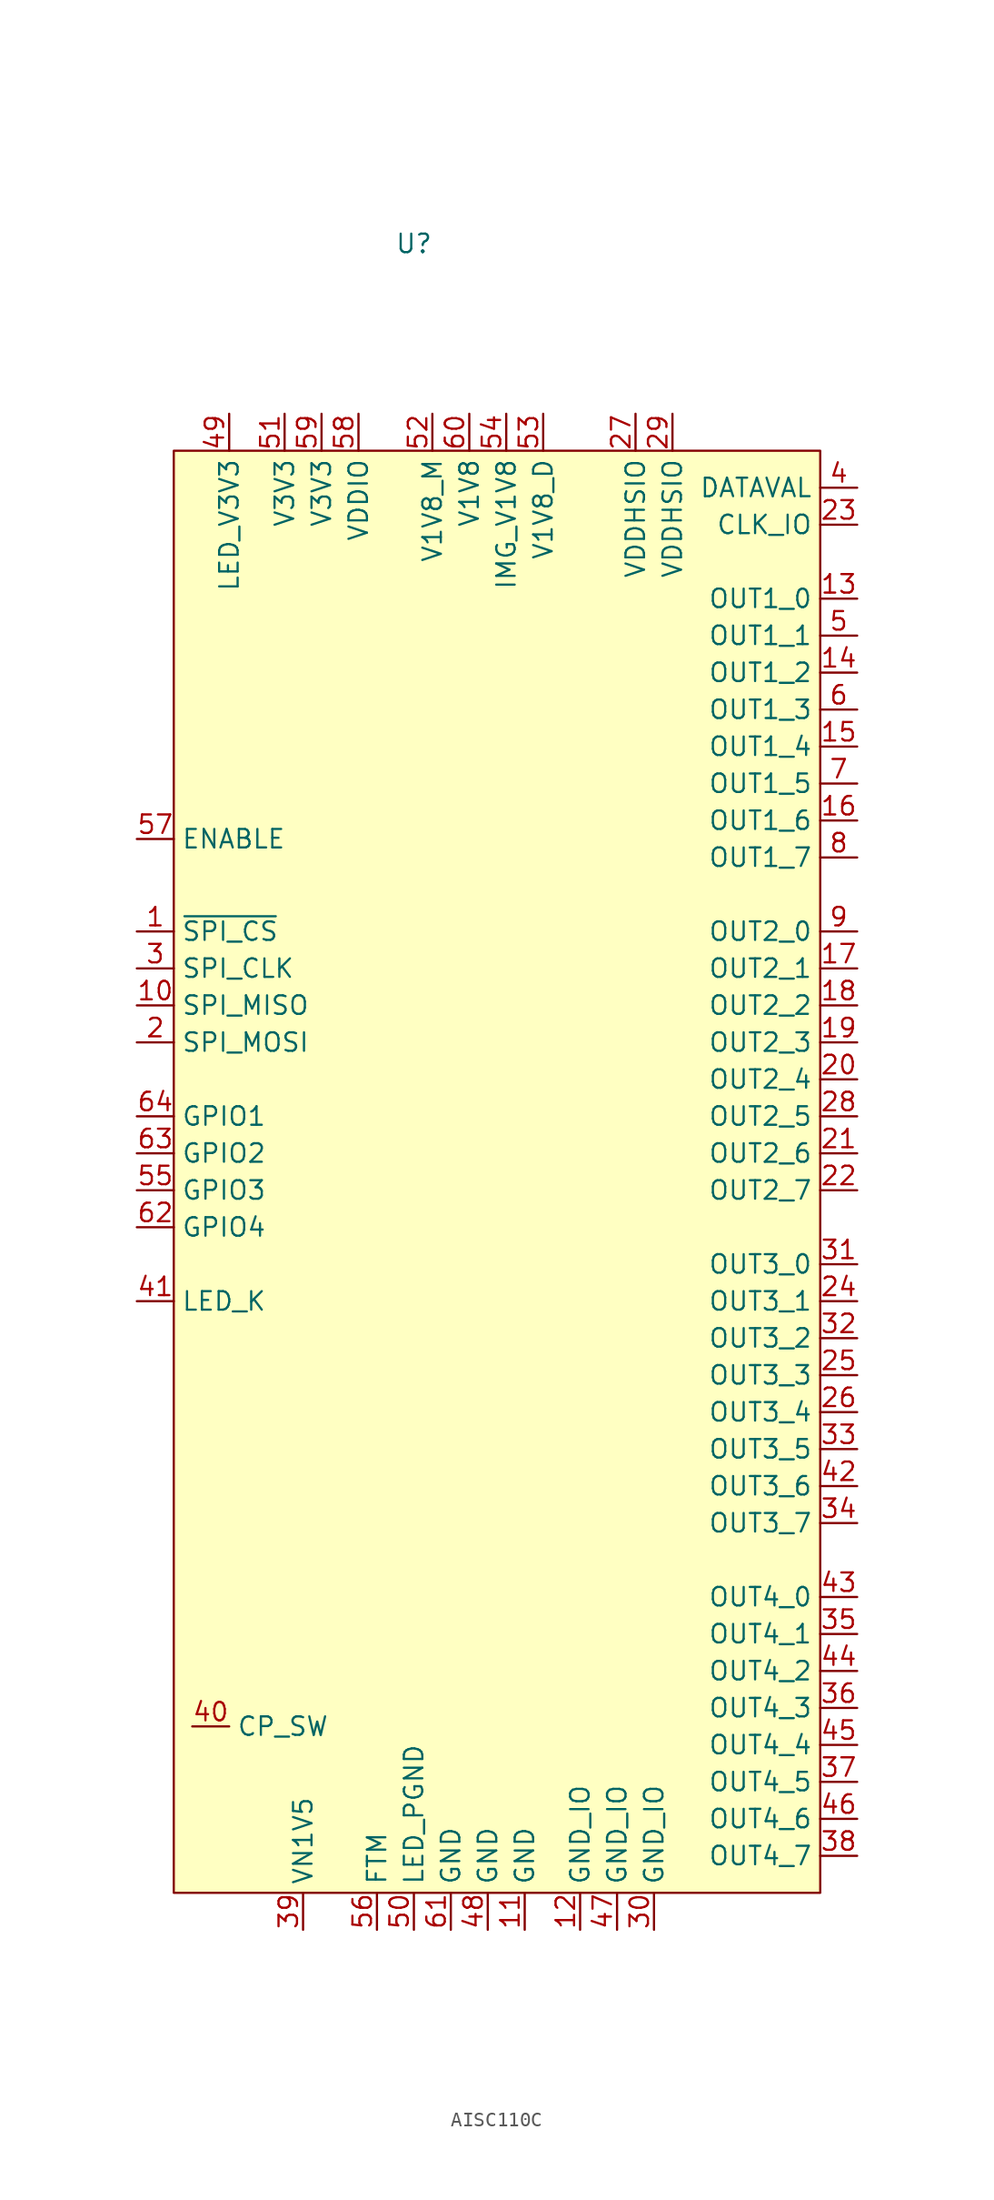
<source format=kicad_sym>
(kicad_symbol_lib
  (version 20241209)
  (generator "kicad_symbol_editor")
  (generator_version "9.0")
  (symbol "AISC110C"
    (property "Reference" "U"
      (at -3.81 62.484 0)
      (effects (font (size 1.27 1.27))))
    (property "Value" ""
      (at 0 0 0)
      (effects (font (size 1.27 1.27))))
    (symbol "AISC110C_1_0"
      (pin input line (at -22.86 21.59 0) (length 2.54) (name "ENABLE" (effects (font (size 1.27 1.27)))) (number "57" (effects (font (size 1.27 1.27)))))
      (pin input line (at -22.86 15.24 0) (length 2.54) (name "~{SPI_CS}" (effects (font (size 1.27 1.27)))) (number "1" (effects (font (size 1.27 1.27)))))
      (pin input line (at -22.86 12.7 0) (length 2.54) (name "SPI_CLK" (effects (font (size 1.27 1.27)))) (number "3" (effects (font (size 1.27 1.27)))))
      (pin input line (at -22.86 10.16 0) (length 2.54) (name "SPI_MISO" (effects (font (size 1.27 1.27)))) (number "10" (effects (font (size 1.27 1.27)))))
      (pin output line (at -22.86 7.62 0) (length 2.54) (name "SPI_MOSI" (effects (font (size 1.27 1.27)))) (number "2" (effects (font (size 1.27 1.27)))))
      (pin bidirectional line (at -22.86 2.54 0) (length 2.54) (name "GPIO1" (effects (font (size 1.27 1.27)))) (number "64" (effects (font (size 1.27 1.27)))))
      (pin bidirectional line (at -22.86 0 0) (length 2.54) (name "GPIO2" (effects (font (size 1.27 1.27)))) (number "63" (effects (font (size 1.27 1.27)))))
      (pin bidirectional line (at -22.86 -2.54 0) (length 2.54) (name "GPIO3" (effects (font (size 1.27 1.27)))) (number "55" (effects (font (size 1.27 1.27)))))
      (pin bidirectional line (at -22.86 -5.08 0) (length 2.54) (name "GPIO4" (effects (font (size 1.27 1.27)))) (number "62" (effects (font (size 1.27 1.27)))))
      (pin unspecified line (at -22.86 -10.16 0) (length 2.54) (name "LED_K" (effects (font (size 1.27 1.27)))) (number "41" (effects (font (size 1.27 1.27)))))
      (pin unspecified line (at -19.05 -39.37 0) (length 2.54) (name "CP_SW" (effects (font (size 1.27 1.27)))) (number "40" (effects (font (size 1.27 1.27)))))
      (pin power_in line (at -16.51 50.8 270) (length 2.54) (name "LED_V3V3" (effects (font (size 1.27 1.27)))) (number "49" (effects (font (size 1.27 1.27)))))
      (pin power_in line (at -12.7 50.8 270) (length 2.54) (name "V3V3" (effects (font (size 1.27 1.27)))) (number "51" (effects (font (size 1.27 1.27)))))
      (pin unspecified line (at -11.43 -53.34 90) (length 2.54) (name "VN1V5" (effects (font (size 1.27 1.27)))) (number "39" (effects (font (size 1.27 1.27)))))
      (pin power_in line (at -10.16 50.8 270) (length 2.54) (name "V3V3" (effects (font (size 1.27 1.27)))) (number "59" (effects (font (size 1.27 1.27)))))
      (pin power_in line (at -7.62 50.8 270) (length 2.54) (name "VDDIO" (effects (font (size 1.27 1.27)))) (number "58" (effects (font (size 1.27 1.27)))))
      (pin unspecified line (at -6.35 -53.34 90) (length 2.54) (name "FTM" (effects (font (size 1.27 1.27)))) (number "56" (effects (font (size 1.27 1.27)))))
      (pin unspecified line (at -3.81 -53.34 90) (length 2.54) (name "LED_PGND" (effects (font (size 1.27 1.27)))) (number "50" (effects (font (size 1.27 1.27)))))
      (pin power_in line (at -2.54 50.8 270) (length 2.54) (name "V1V8_M" (effects (font (size 1.27 1.27)))) (number "52" (effects (font (size 1.27 1.27)))))
      (pin unspecified line (at -1.27 -53.34 90) (length 2.54) (name "GND" (effects (font (size 1.27 1.27)))) (number "61" (effects (font (size 1.27 1.27)))))
      (pin power_in line (at 0 50.8 270) (length 2.54) (name "V1V8" (effects (font (size 1.27 1.27)))) (number "60" (effects (font (size 1.27 1.27)))))
      (pin unspecified line (at 1.27 -53.34 90) (length 2.54) (name "GND" (effects (font (size 1.27 1.27)))) (number "48" (effects (font (size 1.27 1.27)))))
      (pin power_in line (at 2.54 50.8 270) (length 2.54) (name "IMG_V1V8" (effects (font (size 1.27 1.27)))) (number "54" (effects (font (size 1.27 1.27)))))
      (pin unspecified line (at 3.81 -53.34 90) (length 2.54) (name "GND" (effects (font (size 1.27 1.27)))) (number "11" (effects (font (size 1.27 1.27)))))
      (pin power_in line (at 5.08 50.8 270) (length 2.54) (name "V1V8_D" (effects (font (size 1.27 1.27)))) (number "53" (effects (font (size 1.27 1.27)))))
      (pin unspecified line (at 7.62 -53.34 90) (length 2.54) (name "GND_IO" (effects (font (size 1.27 1.27)))) (number "12" (effects (font (size 1.27 1.27)))))
      (pin unspecified line (at 10.16 -53.34 90) (length 2.54) (name "GND_IO" (effects (font (size 1.27 1.27)))) (number "47" (effects (font (size 1.27 1.27)))))
      (pin power_out line (at 11.43 50.8 270) (length 2.54) (name "VDDHSIO" (effects (font (size 1.27 1.27)))) (number "27" (effects (font (size 1.27 1.27)))))
      (pin unspecified line (at 12.7 -53.34 90) (length 2.54) (name "GND_IO" (effects (font (size 1.27 1.27)))) (number "30" (effects (font (size 1.27 1.27)))))
      (pin power_out line (at 13.97 50.8 270) (length 2.54) (name "VDDHSIO" (effects (font (size 1.27 1.27)))) (number "29" (effects (font (size 1.27 1.27)))))
      (pin output line (at 26.67 45.72 180) (length 2.54) (name "DATAVAL" (effects (font (size 1.27 1.27)))) (number "4" (effects (font (size 1.27 1.27)))))
      (pin output line (at 26.67 43.18 180) (length 2.54) (name "CLK_IO" (effects (font (size 1.27 1.27)))) (number "23" (effects (font (size 1.27 1.27)))))
      (pin output line (at 26.67 38.1 180) (length 2.54) (name "OUT1_0" (effects (font (size 1.27 1.27)))) (number "13" (effects (font (size 1.27 1.27)))))
      (pin output line (at 26.67 35.56 180) (length 2.54) (name "OUT1_1" (effects (font (size 1.27 1.27)))) (number "5" (effects (font (size 1.27 1.27)))))
      (pin output line (at 26.67 33.02 180) (length 2.54) (name "OUT1_2" (effects (font (size 1.27 1.27)))) (number "14" (effects (font (size 1.27 1.27)))))
      (pin output line (at 26.67 30.48 180) (length 2.54) (name "OUT1_3" (effects (font (size 1.27 1.27)))) (number "6" (effects (font (size 1.27 1.27)))))
      (pin output line (at 26.67 27.94 180) (length 2.54) (name "OUT1_4" (effects (font (size 1.27 1.27)))) (number "15" (effects (font (size 1.27 1.27)))))
      (pin output line (at 26.67 25.4 180) (length 2.54) (name "OUT1_5" (effects (font (size 1.27 1.27)))) (number "7" (effects (font (size 1.27 1.27)))))
      (pin output line (at 26.67 22.86 180) (length 2.54) (name "OUT1_6" (effects (font (size 1.27 1.27)))) (number "16" (effects (font (size 1.27 1.27)))))
      (pin output line (at 26.67 20.32 180) (length 2.54) (name "OUT1_7" (effects (font (size 1.27 1.27)))) (number "8" (effects (font (size 1.27 1.27)))))
      (pin output line (at 26.67 15.24 180) (length 2.54) (name "OUT2_0" (effects (font (size 1.27 1.27)))) (number "9" (effects (font (size 1.27 1.27)))))
      (pin output line (at 26.67 12.7 180) (length 2.54) (name "OUT2_1" (effects (font (size 1.27 1.27)))) (number "17" (effects (font (size 1.27 1.27)))))
      (pin output line (at 26.67 10.16 180) (length 2.54) (name "OUT2_2" (effects (font (size 1.27 1.27)))) (number "18" (effects (font (size 1.27 1.27)))))
      (pin output line (at 26.67 7.62 180) (length 2.54) (name "OUT2_3" (effects (font (size 1.27 1.27)))) (number "19" (effects (font (size 1.27 1.27)))))
      (pin output line (at 26.67 5.08 180) (length 2.54) (name "OUT2_4" (effects (font (size 1.27 1.27)))) (number "20" (effects (font (size 1.27 1.27)))))
      (pin output line (at 26.67 2.54 180) (length 2.54) (name "OUT2_5" (effects (font (size 1.27 1.27)))) (number "28" (effects (font (size 1.27 1.27)))))
      (pin output line (at 26.67 0 180) (length 2.54) (name "OUT2_6" (effects (font (size 1.27 1.27)))) (number "21" (effects (font (size 1.27 1.27)))))
      (pin output line (at 26.67 -2.54 180) (length 2.54) (name "OUT2_7" (effects (font (size 1.27 1.27)))) (number "22" (effects (font (size 1.27 1.27)))))
      (pin output line (at 26.67 -7.62 180) (length 2.54) (name "OUT3_0" (effects (font (size 1.27 1.27)))) (number "31" (effects (font (size 1.27 1.27)))))
      (pin output line (at 26.67 -10.16 180) (length 2.54) (name "OUT3_1" (effects (font (size 1.27 1.27)))) (number "24" (effects (font (size 1.27 1.27)))))
      (pin output line (at 26.67 -12.7 180) (length 2.54) (name "OUT3_2" (effects (font (size 1.27 1.27)))) (number "32" (effects (font (size 1.27 1.27)))))
      (pin output line (at 26.67 -15.24 180) (length 2.54) (name "OUT3_3" (effects (font (size 1.27 1.27)))) (number "25" (effects (font (size 1.27 1.27)))))
      (pin output line (at 26.67 -17.78 180) (length 2.54) (name "OUT3_4" (effects (font (size 1.27 1.27)))) (number "26" (effects (font (size 1.27 1.27)))))
      (pin output line (at 26.67 -20.32 180) (length 2.54) (name "OUT3_5" (effects (font (size 1.27 1.27)))) (number "33" (effects (font (size 1.27 1.27)))))
      (pin output line (at 26.67 -22.86 180) (length 2.54) (name "OUT3_6" (effects (font (size 1.27 1.27)))) (number "42" (effects (font (size 1.27 1.27)))))
      (pin output line (at 26.67 -25.4 180) (length 2.54) (name "OUT3_7" (effects (font (size 1.27 1.27)))) (number "34" (effects (font (size 1.27 1.27)))))
      (pin output line (at 26.67 -30.48 180) (length 2.54) (name "OUT4_0" (effects (font (size 1.27 1.27)))) (number "43" (effects (font (size 1.27 1.27)))))
      (pin output line (at 26.67 -33.02 180) (length 2.54) (name "OUT4_1" (effects (font (size 1.27 1.27)))) (number "35" (effects (font (size 1.27 1.27)))))
      (pin output line (at 26.67 -35.56 180) (length 2.54) (name "OUT4_2" (effects (font (size 1.27 1.27)))) (number "44" (effects (font (size 1.27 1.27)))))
      (pin output line (at 26.67 -38.1 180) (length 2.54) (name "OUT4_3" (effects (font (size 1.27 1.27)))) (number "36" (effects (font (size 1.27 1.27)))))
      (pin output line (at 26.67 -40.64 180) (length 2.54) (name "OUT4_4" (effects (font (size 1.27 1.27)))) (number "45" (effects (font (size 1.27 1.27)))))
      (pin output line (at 26.67 -43.18 180) (length 2.54) (name "OUT4_5" (effects (font (size 1.27 1.27)))) (number "37" (effects (font (size 1.27 1.27)))))
      (pin output line (at 26.67 -45.72 180) (length 2.54) (name "OUT4_6" (effects (font (size 1.27 1.27)))) (number "46" (effects (font (size 1.27 1.27)))))
      (pin output line (at 26.67 -48.26 180) (length 2.54) (name "OUT4_7" (effects (font (size 1.27 1.27)))) (number "38" (effects (font (size 1.27 1.27))))))
    (symbol "AISC110C_1_1"
      (rectangle (start -20.32 48.26) (end 24.13 -50.8) (stroke (width 0) (type solid)) (fill (type background))))))
</source>
